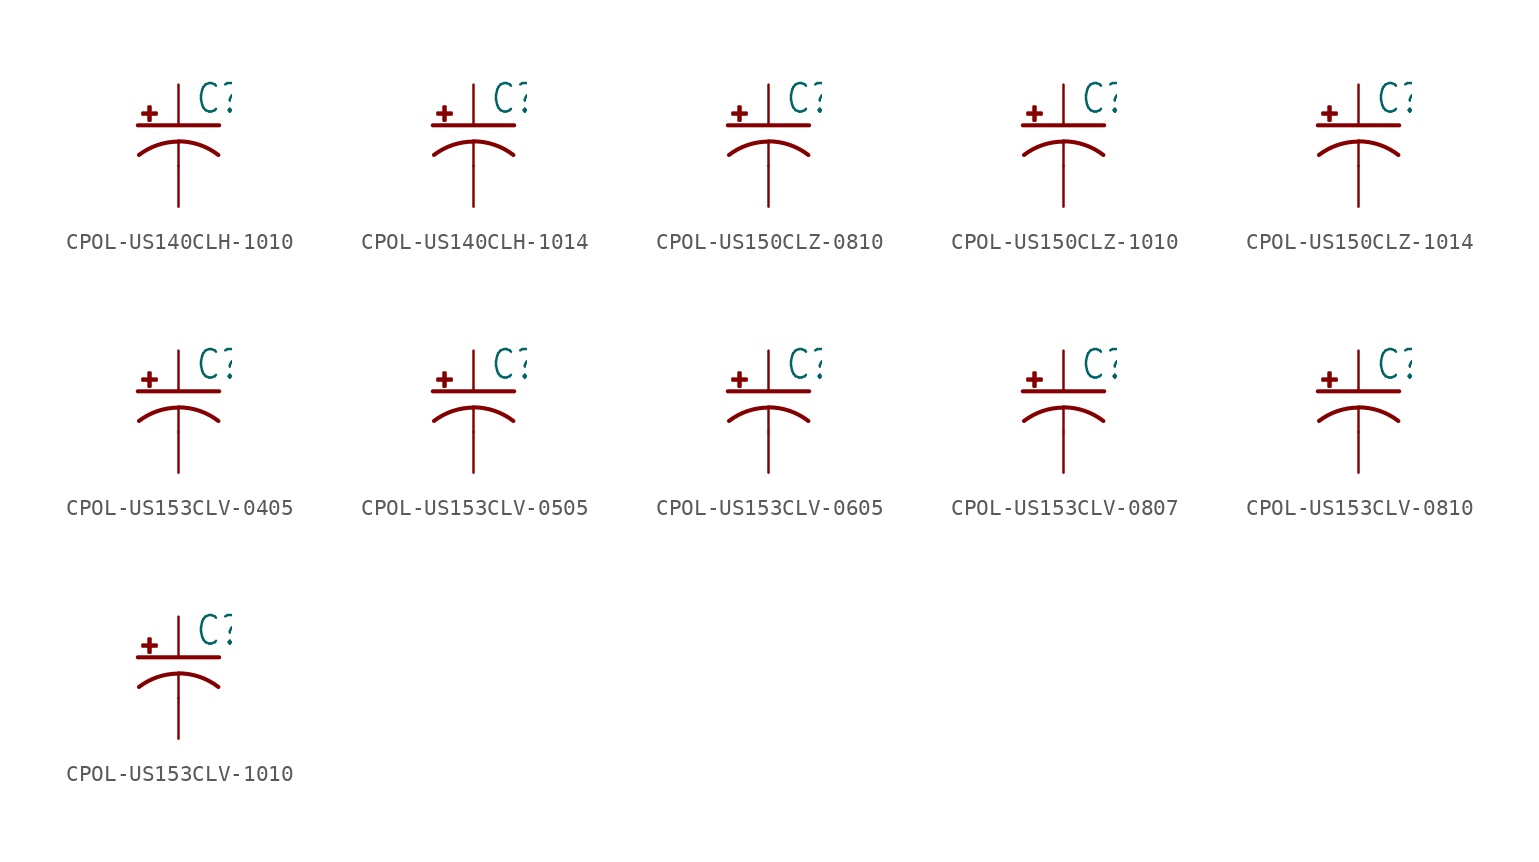
<source format=kicad_sym>
(kicad_symbol_lib
  (version 20231120)
  (generator "kicad_symbol_editor")
  (generator_version "8.0")
  (symbol "CPOL-US140CLH-1010"
    (property "Reference" "C"
      (at 1.016 0.635 0)
      (effects (font (size 1.778 1.511)) (justify left bottom)))
    (property "Value" ""
      (at 1.016 -4.191 0)
      (effects (font (size 1.778 1.511)) (justify left bottom)))
    (property "ki_locked" ""
      (at 0 0 0)
      (effects (font (size 1.27 1.27))))
    (symbol "CPOL-US140CLH-1010_1_0"
      (rectangle (start -2.253 0.668) (end -1.364 0.795) (stroke (width 0) (type default)) (fill (type outline)))
      (rectangle (start -1.872 0.287) (end -1.745 1.176) (stroke (width 0) (type default)) (fill (type outline)))
      (arc (start 0 -1.0161) (mid -1.3021 -1.2303) (end -2.4669 -1.8504) (stroke (width 0.254) (type solid)) (fill (type none)))
      (polyline (pts (xy -2.54 0) (xy 2.54 0)) (stroke (width 0.254) (type solid)) (fill (type none)))
      (polyline (pts (xy 0 -1.016) (xy 0 -2.54)) (stroke (width 0.152) (type solid)) (fill (type none)))
      (arc (start 2.4892 -1.8541) (mid 1.3158 -1.2194) (end 0 -1) (stroke (width 0.254) (type solid)) (fill (type none)))
      (pin passive line (at 0 2.54 270) (length 2.54) (name "+" (effects (font (size 0 0)))) (number "+" (effects (font (size 0 0)))))
      (pin passive line (at 0 -5.08 90) (length 2.54) (name "-" (effects (font (size 0 0)))) (number "-" (effects (font (size 0 0)))))))
  (symbol "CPOL-US140CLH-1014"
    (property "Reference" "C"
      (at 1.016 0.635 0)
      (effects (font (size 1.778 1.511)) (justify left bottom)))
    (property "Value" ""
      (at 1.016 -4.191 0)
      (effects (font (size 1.778 1.511)) (justify left bottom)))
    (property "ki_locked" ""
      (at 0 0 0)
      (effects (font (size 1.27 1.27))))
    (symbol "CPOL-US140CLH-1014_1_0"
      (rectangle (start -2.253 0.668) (end -1.364 0.795) (stroke (width 0) (type default)) (fill (type outline)))
      (rectangle (start -1.872 0.287) (end -1.745 1.176) (stroke (width 0) (type default)) (fill (type outline)))
      (arc (start 0 -1.0161) (mid -1.3021 -1.2303) (end -2.4669 -1.8504) (stroke (width 0.254) (type solid)) (fill (type none)))
      (polyline (pts (xy -2.54 0) (xy 2.54 0)) (stroke (width 0.254) (type solid)) (fill (type none)))
      (polyline (pts (xy 0 -1.016) (xy 0 -2.54)) (stroke (width 0.152) (type solid)) (fill (type none)))
      (arc (start 2.4892 -1.8541) (mid 1.3158 -1.2194) (end 0 -1) (stroke (width 0.254) (type solid)) (fill (type none)))
      (pin passive line (at 0 2.54 270) (length 2.54) (name "+" (effects (font (size 0 0)))) (number "+" (effects (font (size 0 0)))))
      (pin passive line (at 0 -5.08 90) (length 2.54) (name "-" (effects (font (size 0 0)))) (number "-" (effects (font (size 0 0)))))))
  (symbol "CPOL-US150CLZ-0810"
    (property "Reference" "C"
      (at 1.016 0.635 0)
      (effects (font (size 1.778 1.511)) (justify left bottom)))
    (property "Value" ""
      (at 1.016 -4.191 0)
      (effects (font (size 1.778 1.511)) (justify left bottom)))
    (property "ki_locked" ""
      (at 0 0 0)
      (effects (font (size 1.27 1.27))))
    (symbol "CPOL-US150CLZ-0810_1_0"
      (rectangle (start -2.253 0.668) (end -1.364 0.795) (stroke (width 0) (type default)) (fill (type outline)))
      (rectangle (start -1.872 0.287) (end -1.745 1.176) (stroke (width 0) (type default)) (fill (type outline)))
      (arc (start 0 -1.0161) (mid -1.3021 -1.2303) (end -2.4669 -1.8504) (stroke (width 0.254) (type solid)) (fill (type none)))
      (polyline (pts (xy -2.54 0) (xy 2.54 0)) (stroke (width 0.254) (type solid)) (fill (type none)))
      (polyline (pts (xy 0 -1.016) (xy 0 -2.54)) (stroke (width 0.152) (type solid)) (fill (type none)))
      (arc (start 2.4892 -1.8541) (mid 1.3158 -1.2194) (end 0 -1) (stroke (width 0.254) (type solid)) (fill (type none)))
      (pin passive line (at 0 2.54 270) (length 2.54) (name "+" (effects (font (size 0 0)))) (number "+" (effects (font (size 0 0)))))
      (pin passive line (at 0 -5.08 90) (length 2.54) (name "-" (effects (font (size 0 0)))) (number "-" (effects (font (size 0 0)))))))
  (symbol "CPOL-US150CLZ-1010"
    (property "Reference" "C"
      (at 1.016 0.635 0)
      (effects (font (size 1.778 1.511)) (justify left bottom)))
    (property "Value" ""
      (at 1.016 -4.191 0)
      (effects (font (size 1.778 1.511)) (justify left bottom)))
    (property "ki_locked" ""
      (at 0 0 0)
      (effects (font (size 1.27 1.27))))
    (symbol "CPOL-US150CLZ-1010_1_0"
      (rectangle (start -2.253 0.668) (end -1.364 0.795) (stroke (width 0) (type default)) (fill (type outline)))
      (rectangle (start -1.872 0.287) (end -1.745 1.176) (stroke (width 0) (type default)) (fill (type outline)))
      (arc (start 0 -1.0161) (mid -1.3021 -1.2303) (end -2.4669 -1.8504) (stroke (width 0.254) (type solid)) (fill (type none)))
      (polyline (pts (xy -2.54 0) (xy 2.54 0)) (stroke (width 0.254) (type solid)) (fill (type none)))
      (polyline (pts (xy 0 -1.016) (xy 0 -2.54)) (stroke (width 0.152) (type solid)) (fill (type none)))
      (arc (start 2.4892 -1.8541) (mid 1.3158 -1.2194) (end 0 -1) (stroke (width 0.254) (type solid)) (fill (type none)))
      (pin passive line (at 0 2.54 270) (length 2.54) (name "+" (effects (font (size 0 0)))) (number "+" (effects (font (size 0 0)))))
      (pin passive line (at 0 -5.08 90) (length 2.54) (name "-" (effects (font (size 0 0)))) (number "-" (effects (font (size 0 0)))))))
  (symbol "CPOL-US150CLZ-1014"
    (property "Reference" "C"
      (at 1.016 0.635 0)
      (effects (font (size 1.778 1.511)) (justify left bottom)))
    (property "Value" ""
      (at 1.016 -4.191 0)
      (effects (font (size 1.778 1.511)) (justify left bottom)))
    (property "ki_locked" ""
      (at 0 0 0)
      (effects (font (size 1.27 1.27))))
    (symbol "CPOL-US150CLZ-1014_1_0"
      (rectangle (start -2.253 0.668) (end -1.364 0.795) (stroke (width 0) (type default)) (fill (type outline)))
      (rectangle (start -1.872 0.287) (end -1.745 1.176) (stroke (width 0) (type default)) (fill (type outline)))
      (arc (start 0 -1.0161) (mid -1.3021 -1.2303) (end -2.4669 -1.8504) (stroke (width 0.254) (type solid)) (fill (type none)))
      (polyline (pts (xy -2.54 0) (xy 2.54 0)) (stroke (width 0.254) (type solid)) (fill (type none)))
      (polyline (pts (xy 0 -1.016) (xy 0 -2.54)) (stroke (width 0.152) (type solid)) (fill (type none)))
      (arc (start 2.4892 -1.8541) (mid 1.3158 -1.2194) (end 0 -1) (stroke (width 0.254) (type solid)) (fill (type none)))
      (pin passive line (at 0 2.54 270) (length 2.54) (name "+" (effects (font (size 0 0)))) (number "+" (effects (font (size 0 0)))))
      (pin passive line (at 0 -5.08 90) (length 2.54) (name "-" (effects (font (size 0 0)))) (number "-" (effects (font (size 0 0)))))))
  (symbol "CPOL-US153CLV-0405"
    (property "Reference" "C"
      (at 1.016 0.635 0)
      (effects (font (size 1.778 1.511)) (justify left bottom)))
    (property "Value" ""
      (at 1.016 -4.191 0)
      (effects (font (size 1.778 1.511)) (justify left bottom)))
    (property "ki_locked" ""
      (at 0 0 0)
      (effects (font (size 1.27 1.27))))
    (symbol "CPOL-US153CLV-0405_1_0"
      (rectangle (start -2.253 0.668) (end -1.364 0.795) (stroke (width 0) (type default)) (fill (type outline)))
      (rectangle (start -1.872 0.287) (end -1.745 1.176) (stroke (width 0) (type default)) (fill (type outline)))
      (arc (start 0 -1.0161) (mid -1.3021 -1.2303) (end -2.4669 -1.8504) (stroke (width 0.254) (type solid)) (fill (type none)))
      (polyline (pts (xy -2.54 0) (xy 2.54 0)) (stroke (width 0.254) (type solid)) (fill (type none)))
      (polyline (pts (xy 0 -1.016) (xy 0 -2.54)) (stroke (width 0.152) (type solid)) (fill (type none)))
      (arc (start 2.4892 -1.8541) (mid 1.3158 -1.2194) (end 0 -1) (stroke (width 0.254) (type solid)) (fill (type none)))
      (pin passive line (at 0 2.54 270) (length 2.54) (name "+" (effects (font (size 0 0)))) (number "+" (effects (font (size 0 0)))))
      (pin passive line (at 0 -5.08 90) (length 2.54) (name "-" (effects (font (size 0 0)))) (number "-" (effects (font (size 0 0)))))))
  (symbol "CPOL-US153CLV-0505"
    (property "Reference" "C"
      (at 1.016 0.635 0)
      (effects (font (size 1.778 1.511)) (justify left bottom)))
    (property "Value" ""
      (at 1.016 -4.191 0)
      (effects (font (size 1.778 1.511)) (justify left bottom)))
    (property "ki_locked" ""
      (at 0 0 0)
      (effects (font (size 1.27 1.27))))
    (symbol "CPOL-US153CLV-0505_1_0"
      (rectangle (start -2.253 0.668) (end -1.364 0.795) (stroke (width 0) (type default)) (fill (type outline)))
      (rectangle (start -1.872 0.287) (end -1.745 1.176) (stroke (width 0) (type default)) (fill (type outline)))
      (arc (start 0 -1.0161) (mid -1.3021 -1.2303) (end -2.4669 -1.8504) (stroke (width 0.254) (type solid)) (fill (type none)))
      (polyline (pts (xy -2.54 0) (xy 2.54 0)) (stroke (width 0.254) (type solid)) (fill (type none)))
      (polyline (pts (xy 0 -1.016) (xy 0 -2.54)) (stroke (width 0.152) (type solid)) (fill (type none)))
      (arc (start 2.4892 -1.8541) (mid 1.3158 -1.2194) (end 0 -1) (stroke (width 0.254) (type solid)) (fill (type none)))
      (pin passive line (at 0 2.54 270) (length 2.54) (name "+" (effects (font (size 0 0)))) (number "+" (effects (font (size 0 0)))))
      (pin passive line (at 0 -5.08 90) (length 2.54) (name "-" (effects (font (size 0 0)))) (number "-" (effects (font (size 0 0)))))))
  (symbol "CPOL-US153CLV-0605"
    (property "Reference" "C"
      (at 1.016 0.635 0)
      (effects (font (size 1.778 1.511)) (justify left bottom)))
    (property "Value" ""
      (at 1.016 -4.191 0)
      (effects (font (size 1.778 1.511)) (justify left bottom)))
    (property "ki_locked" ""
      (at 0 0 0)
      (effects (font (size 1.27 1.27))))
    (symbol "CPOL-US153CLV-0605_1_0"
      (rectangle (start -2.253 0.668) (end -1.364 0.795) (stroke (width 0) (type default)) (fill (type outline)))
      (rectangle (start -1.872 0.287) (end -1.745 1.176) (stroke (width 0) (type default)) (fill (type outline)))
      (arc (start 0 -1.0161) (mid -1.3021 -1.2303) (end -2.4669 -1.8504) (stroke (width 0.254) (type solid)) (fill (type none)))
      (polyline (pts (xy -2.54 0) (xy 2.54 0)) (stroke (width 0.254) (type solid)) (fill (type none)))
      (polyline (pts (xy 0 -1.016) (xy 0 -2.54)) (stroke (width 0.152) (type solid)) (fill (type none)))
      (arc (start 2.4892 -1.8541) (mid 1.3158 -1.2194) (end 0 -1) (stroke (width 0.254) (type solid)) (fill (type none)))
      (pin passive line (at 0 2.54 270) (length 2.54) (name "+" (effects (font (size 0 0)))) (number "+" (effects (font (size 0 0)))))
      (pin passive line (at 0 -5.08 90) (length 2.54) (name "-" (effects (font (size 0 0)))) (number "-" (effects (font (size 0 0)))))))
  (symbol "CPOL-US153CLV-0807"
    (property "Reference" "C"
      (at 1.016 0.635 0)
      (effects (font (size 1.778 1.511)) (justify left bottom)))
    (property "Value" ""
      (at 1.016 -4.191 0)
      (effects (font (size 1.778 1.511)) (justify left bottom)))
    (property "ki_locked" ""
      (at 0 0 0)
      (effects (font (size 1.27 1.27))))
    (symbol "CPOL-US153CLV-0807_1_0"
      (rectangle (start -2.253 0.668) (end -1.364 0.795) (stroke (width 0) (type default)) (fill (type outline)))
      (rectangle (start -1.872 0.287) (end -1.745 1.176) (stroke (width 0) (type default)) (fill (type outline)))
      (arc (start 0 -1.0161) (mid -1.3021 -1.2303) (end -2.4669 -1.8504) (stroke (width 0.254) (type solid)) (fill (type none)))
      (polyline (pts (xy -2.54 0) (xy 2.54 0)) (stroke (width 0.254) (type solid)) (fill (type none)))
      (polyline (pts (xy 0 -1.016) (xy 0 -2.54)) (stroke (width 0.152) (type solid)) (fill (type none)))
      (arc (start 2.4892 -1.8541) (mid 1.3158 -1.2194) (end 0 -1) (stroke (width 0.254) (type solid)) (fill (type none)))
      (pin passive line (at 0 2.54 270) (length 2.54) (name "+" (effects (font (size 0 0)))) (number "+" (effects (font (size 0 0)))))
      (pin passive line (at 0 -5.08 90) (length 2.54) (name "-" (effects (font (size 0 0)))) (number "-" (effects (font (size 0 0)))))))
  (symbol "CPOL-US153CLV-0810"
    (property "Reference" "C"
      (at 1.016 0.635 0)
      (effects (font (size 1.778 1.511)) (justify left bottom)))
    (property "Value" ""
      (at 1.016 -4.191 0)
      (effects (font (size 1.778 1.511)) (justify left bottom)))
    (property "ki_locked" ""
      (at 0 0 0)
      (effects (font (size 1.27 1.27))))
    (symbol "CPOL-US153CLV-0810_1_0"
      (rectangle (start -2.253 0.668) (end -1.364 0.795) (stroke (width 0) (type default)) (fill (type outline)))
      (rectangle (start -1.872 0.287) (end -1.745 1.176) (stroke (width 0) (type default)) (fill (type outline)))
      (arc (start 0 -1.0161) (mid -1.3021 -1.2303) (end -2.4669 -1.8504) (stroke (width 0.254) (type solid)) (fill (type none)))
      (polyline (pts (xy -2.54 0) (xy 2.54 0)) (stroke (width 0.254) (type solid)) (fill (type none)))
      (polyline (pts (xy 0 -1.016) (xy 0 -2.54)) (stroke (width 0.152) (type solid)) (fill (type none)))
      (arc (start 2.4892 -1.8541) (mid 1.3158 -1.2194) (end 0 -1) (stroke (width 0.254) (type solid)) (fill (type none)))
      (pin passive line (at 0 2.54 270) (length 2.54) (name "+" (effects (font (size 0 0)))) (number "+" (effects (font (size 0 0)))))
      (pin passive line (at 0 -5.08 90) (length 2.54) (name "-" (effects (font (size 0 0)))) (number "-" (effects (font (size 0 0)))))))
  (symbol "CPOL-US153CLV-1010"
    (property "Reference" "C"
      (at 1.016 0.635 0)
      (effects (font (size 1.778 1.511)) (justify left bottom)))
    (property "Value" ""
      (at 1.016 -4.191 0)
      (effects (font (size 1.778 1.511)) (justify left bottom)))
    (property "ki_locked" ""
      (at 0 0 0)
      (effects (font (size 1.27 1.27))))
    (symbol "CPOL-US153CLV-1010_1_0"
      (rectangle (start -2.253 0.668) (end -1.364 0.795) (stroke (width 0) (type default)) (fill (type outline)))
      (rectangle (start -1.872 0.287) (end -1.745 1.176) (stroke (width 0) (type default)) (fill (type outline)))
      (arc (start 0 -1.0161) (mid -1.3021 -1.2303) (end -2.4669 -1.8504) (stroke (width 0.254) (type solid)) (fill (type none)))
      (polyline (pts (xy -2.54 0) (xy 2.54 0)) (stroke (width 0.254) (type solid)) (fill (type none)))
      (polyline (pts (xy 0 -1.016) (xy 0 -2.54)) (stroke (width 0.152) (type solid)) (fill (type none)))
      (arc (start 2.4892 -1.8541) (mid 1.3158 -1.2194) (end 0 -1) (stroke (width 0.254) (type solid)) (fill (type none)))
      (pin passive line (at 0 2.54 270) (length 2.54) (name "+" (effects (font (size 0 0)))) (number "+" (effects (font (size 0 0)))))
      (pin passive line (at 0 -5.08 90) (length 2.54) (name "-" (effects (font (size 0 0)))) (number "-" (effects (font (size 0 0))))))))
</source>
